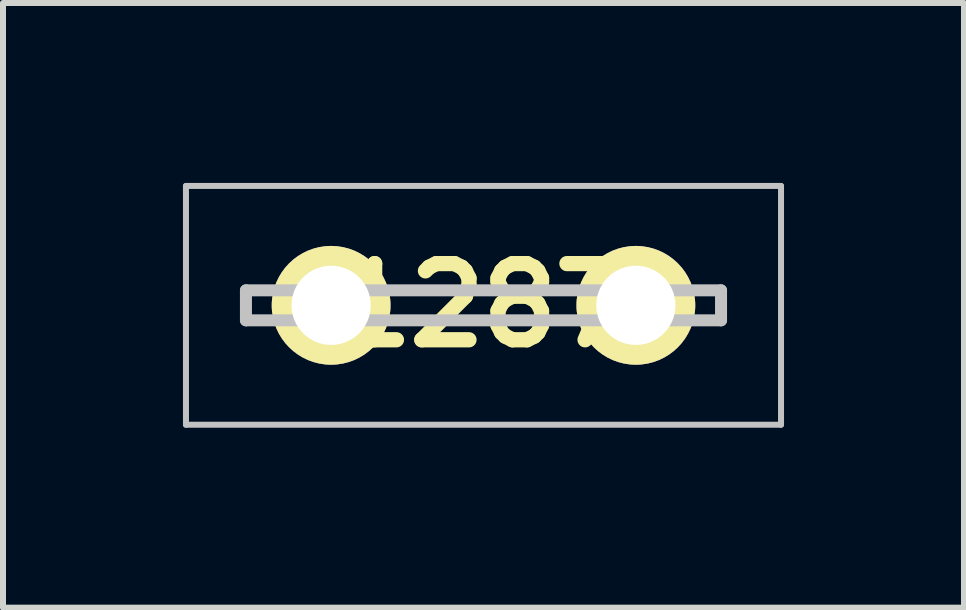
<source format=kicad_pcb>
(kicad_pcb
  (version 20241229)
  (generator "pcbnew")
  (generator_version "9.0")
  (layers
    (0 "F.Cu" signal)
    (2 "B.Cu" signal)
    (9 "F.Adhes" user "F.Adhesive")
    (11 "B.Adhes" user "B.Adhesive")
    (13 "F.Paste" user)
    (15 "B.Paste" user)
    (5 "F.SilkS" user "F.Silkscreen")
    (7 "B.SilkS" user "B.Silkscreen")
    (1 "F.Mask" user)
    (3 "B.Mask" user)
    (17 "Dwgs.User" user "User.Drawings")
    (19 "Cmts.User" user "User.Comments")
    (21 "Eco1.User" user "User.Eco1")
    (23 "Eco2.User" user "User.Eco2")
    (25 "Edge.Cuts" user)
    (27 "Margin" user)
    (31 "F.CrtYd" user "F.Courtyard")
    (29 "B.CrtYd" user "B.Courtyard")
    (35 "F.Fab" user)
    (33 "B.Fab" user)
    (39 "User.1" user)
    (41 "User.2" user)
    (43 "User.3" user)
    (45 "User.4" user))
  (footprint "1287"
    (layer "F.Cu")
    (at 5.01 2.04)
    (property "Reference" "1287" (at 0 0 0) (layer "F.SilkS") (effects (font (size 1.27 1.27) (thickness 0.254))))
    (attr through_hole)
    (fp_line (start -3.96 -0.25) (end -3.96 0.25) (stroke (width 0.1) (type solid)) (layer "F.SilkS"))
    (fp_line (start -3.96 0.25) (end -3.6 0.25) (stroke (width 0.1) (type solid)) (layer "F.SilkS"))
    (fp_line (start -3.6 -0.25) (end -3.96 -0.25) (stroke (width 0.1) (type solid)) (layer "F.SilkS"))
    (fp_line (start -1.4 -0.25) (end 1.4 -0.25) (stroke (width 0.1) (type solid)) (layer "F.SilkS"))
    (fp_line (start -1.4 0.25) (end 1.4 0.25) (stroke (width 0.1) (type solid)) (layer "F.SilkS"))
    (fp_line (start 3.6 0.25) (end 3.96 0.25) (stroke (width 0.1) (type solid)) (layer "F.SilkS"))
    (fp_line (start 3.96 -0.25) (end 3.6 -0.25) (stroke (width 0.1) (type solid)) (layer "F.SilkS"))
    (fp_line (start 3.96 -0.2) (end 3.96 -0.25) (stroke (width 0.1) (type solid)) (layer "F.SilkS"))
    (fp_line (start 3.96 0.25) (end 3.96 -0.2) (stroke (width 0.1) (type solid)) (layer "F.SilkS"))
    (fp_line (start -4.96 -1.99) (end 4.96 -1.99) (stroke (width 0.1) (type solid)) (layer "Dwgs.User"))
    (fp_line (start -4.96 1.99) (end -4.96 -1.99) (stroke (width 0.1) (type solid)) (layer "Dwgs.User"))
    (fp_line (start -3.96 -0.25) (end 3.96 -0.25) (stroke (width 0.2) (type solid)) (layer "Dwgs.User"))
    (fp_line (start -3.96 0.25) (end -3.96 -0.25) (stroke (width 0.2) (type solid)) (layer "Dwgs.User"))
    (fp_line (start 3.96 -0.25) (end 3.96 0.25) (stroke (width 0.2) (type solid)) (layer "Dwgs.User"))
    (fp_line (start 3.96 0.25) (end -3.96 0.25) (stroke (width 0.2) (type solid)) (layer "Dwgs.User"))
    (fp_line (start 4.96 -1.99) (end 4.96 1.99) (stroke (width 0.1) (type solid)) (layer "Dwgs.User"))
    (fp_line (start 4.96 1.99) (end -4.96 1.99) (stroke (width 0.1) (type solid)) (layer "Dwgs.User"))
    (pad "1" thru_hole circle (at -2.54 0 90) (size 1.98 1.98) (drill 1.32) (layers "*.Cu" "*.Mask" "F.SilkS"))
    (pad "1" thru_hole circle (at 2.54 0 90) (size 1.98 1.98) (drill 1.32) (layers "*.Cu" "*.Mask" "F.SilkS")))
  (gr_rect
    (start -3 -3)
    (end 13.02 7.08)
    (stroke (width 0.1) (type default))
    (fill no)
    (layer "Edge.Cuts")))
</source>
